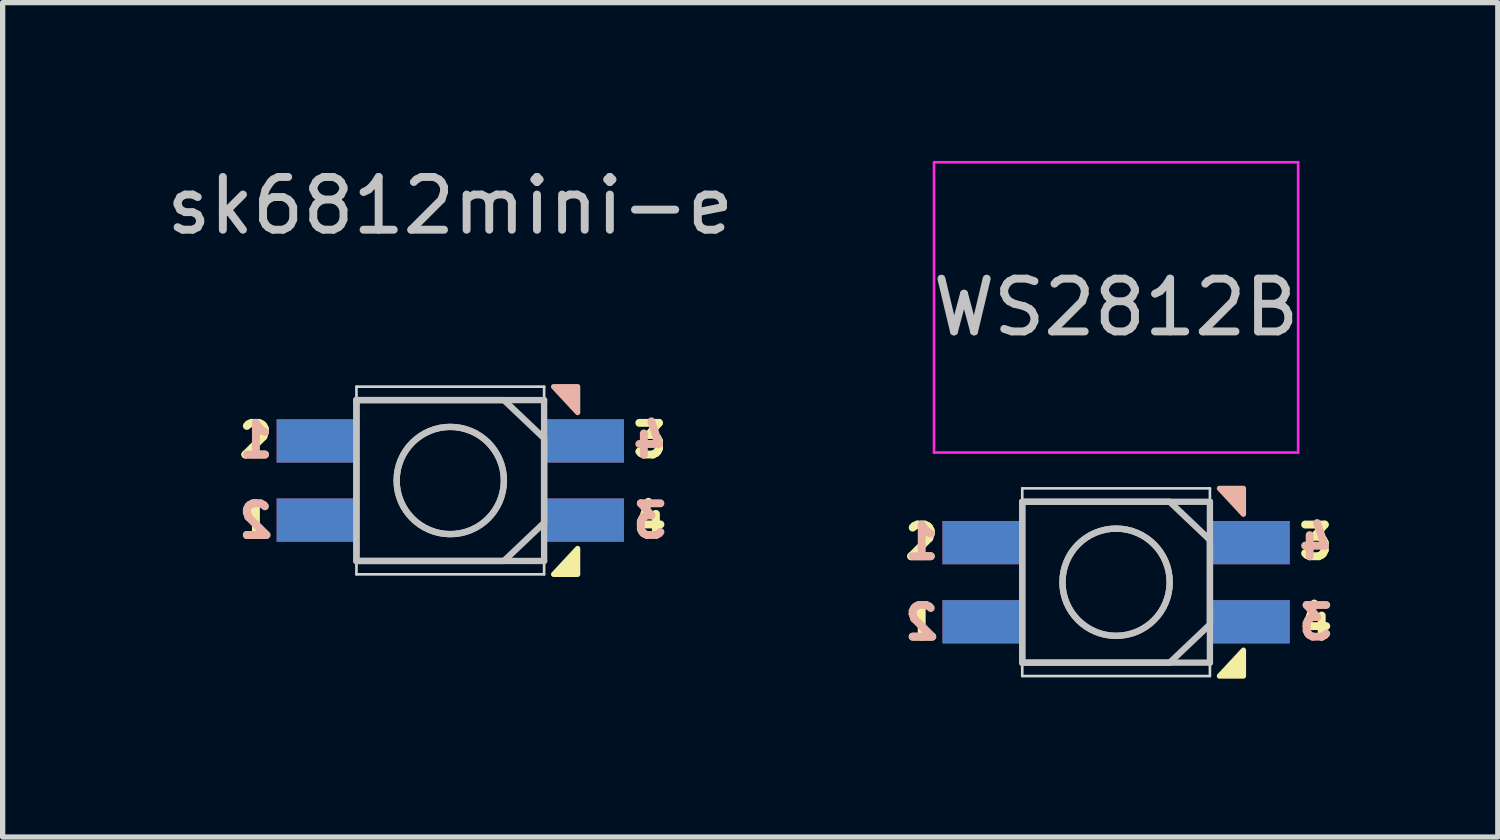
<source format=kicad_pcb>
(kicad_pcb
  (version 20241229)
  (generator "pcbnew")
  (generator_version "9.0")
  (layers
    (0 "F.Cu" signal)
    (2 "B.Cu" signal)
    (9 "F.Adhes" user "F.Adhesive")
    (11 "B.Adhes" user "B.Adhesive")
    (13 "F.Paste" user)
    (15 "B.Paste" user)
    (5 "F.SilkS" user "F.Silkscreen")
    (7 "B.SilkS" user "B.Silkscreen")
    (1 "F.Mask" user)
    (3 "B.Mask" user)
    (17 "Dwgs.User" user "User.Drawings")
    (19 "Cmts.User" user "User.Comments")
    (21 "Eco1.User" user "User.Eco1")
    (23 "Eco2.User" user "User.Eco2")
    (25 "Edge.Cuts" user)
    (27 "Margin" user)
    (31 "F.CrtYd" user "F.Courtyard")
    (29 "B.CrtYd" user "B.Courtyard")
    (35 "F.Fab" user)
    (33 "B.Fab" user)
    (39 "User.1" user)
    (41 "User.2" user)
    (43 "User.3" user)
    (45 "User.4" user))
  (footprint "sk6812mini-e"
    (layer "F.Cu")
    (at 5.482 0.848)
    (property "Reference" "sk6812mini-e" (at 0 0 0) (layer "Dwgs.User") (effects (font (size 1 1) (thickness 0.15))))
    (attr through_hole)
    (fp_poly (pts (xy 2.413 6.495) (xy 2.413 6.985) (xy 1.958 6.985)) (stroke (width 0.1) (type solid)) (fill yes) (layer "F.SilkS"))
    (fp_poly (pts (xy 2.413 3.919) (xy 2.413 3.429) (xy 1.958 3.429)) (stroke (width 0.1) (type solid)) (fill yes) (layer "B.SilkS"))
    (fp_line (start -1.778 3.683) (end -1.778 6.731) (stroke (width 0.12) (type solid)) (layer "Dwgs.User"))
    (fp_line (start -1.778 6.731) (end -1.778 3.683) (stroke (width 0.12) (type solid)) (layer "Dwgs.User"))
    (fp_line (start 1 3.683) (end -1.778 3.683) (stroke (width 0.12) (type solid)) (layer "Dwgs.User"))
    (fp_line (start 1 6.731) (end -1.778 6.731) (stroke (width 0.12) (type solid)) (layer "Dwgs.User"))
    (fp_line (start 1.016 3.683) (end 1.778 4.407) (stroke (width 0.12) (type solid)) (layer "Dwgs.User"))
    (fp_line (start 1.016 6.731) (end 1.778 6.007) (stroke (width 0.12) (type solid)) (layer "Dwgs.User"))
    (fp_line (start 1.778 3.683) (end -1.778 3.683) (stroke (width 0.12) (type solid)) (layer "Dwgs.User"))
    (fp_line (start 1.778 3.683) (end 1.778 6.007) (stroke (width 0.12) (type solid)) (layer "Dwgs.User"))
    (fp_line (start 1.778 6.731) (end -1.778 6.731) (stroke (width 0.12) (type solid)) (layer "Dwgs.User"))
    (fp_line (start 1.778 6.731) (end 1.778 4.407) (stroke (width 0.12) (type solid)) (layer "Dwgs.User"))
    (fp_circle (center 0 5.207) (end 1.016 5.207) (stroke (width 0.12) (type solid)) (fill no) (layer "Dwgs.User"))
    (fp_circle (center 0 5.207) (end 1.016 5.207) (stroke (width 0.12) (type solid)) (fill no) (layer "Dwgs.User"))
    (fp_line (start -1.778 3.429) (end -1.778 6.985) (stroke (width 0.05) (type solid)) (layer "Edge.Cuts"))
    (fp_line (start -1.778 3.429) (end 1.778 3.429) (stroke (width 0.05) (type solid)) (layer "Edge.Cuts"))
    (fp_line (start -1.778 6.985) (end 1.778 6.985) (stroke (width 0.05) (type solid)) (layer "Edge.Cuts"))
    (fp_line (start 1.778 6.985) (end 1.778 3.429) (stroke (width 0.05) (type solid)) (layer "Edge.Cuts"))
    (fp_text user "2" (at -3.683 4.445 180) (layer "F.SilkS") (effects (font (size 0.6 0.6) (thickness 0.15))))
    (fp_text user "4" (at 3.782 5.969 180) (layer "F.SilkS") (effects (font (size 0.6 0.6) (thickness 0.15))))
    (fp_text user "1" (at -3.683 5.969 180) (layer "F.SilkS") (effects (font (size 0.6 0.6) (thickness 0.15))))
    (fp_text user "3" (at 3.782 4.445 180) (layer "F.SilkS") (effects (font (size 0.6 0.6) (thickness 0.15))))
    (fp_text user "4" (at 3.782 4.445 180) (layer "B.SilkS") (effects (font (size 0.6 0.6) (thickness 0.15)) (justify mirror)))
    (fp_text user "2" (at -3.683 5.969 180) (layer "B.SilkS") (effects (font (size 0.6 0.6) (thickness 0.15)) (justify mirror)))
    (fp_text user "1" (at -3.683 4.445 180) (layer "B.SilkS") (effects (font (size 0.6 0.6) (thickness 0.15)) (justify mirror)))
    (fp_text user "3" (at 3.782 5.969 180) (layer "B.SilkS") (effects (font (size 0.6 0.6) (thickness 0.15)) (justify mirror)))
    (pad "1" smd rect (at -2.54 4.457) (size 1.5 0.82) (layers "B.Cu" "B.Mask" "B.Paste"))
    (pad "1" smd rect (at -2.54 5.957) (size 1.5 0.82) (layers "F.Cu" "F.Mask" "F.Paste"))
    (pad "2" smd trapezoid (at -2.54 4.457) (size 1.5 0.82) (layers "F.Cu" "F.Mask" "F.Paste"))
    (pad "2" smd trapezoid (at -2.54 5.957) (size 1.5 0.82) (layers "B.Cu" "B.Mask" "B.Paste"))
    (pad "3" smd rect (at 2.54 4.457) (size 1.5 0.82) (layers "F.Cu" "F.Mask" "F.Paste"))
    (pad "3" smd rect (at 2.54 5.957) (size 1.5 0.82) (layers "B.Cu" "B.Mask" "B.Paste"))
    (pad "4" smd rect (at 2.54 4.457) (size 1.5 0.82) (layers "B.Cu" "B.Mask" "B.Paste"))
    (pad "4" smd rect (at 2.54 5.957) (size 1.5 0.82) (layers "F.Cu" "F.Mask" "F.Paste")))
  (footprint "WS2812B"
    (layer "F.Cu")
    (at 18.098 2.775)
    (property "Reference" "WS2812B" (at 0 0 0) (layer "Dwgs.User") (effects (font (size 1 1) (thickness 0.15))))
    (attr through_hole)
    (fp_poly (pts (xy 2.413 6.495) (xy 2.413 6.985) (xy 1.958 6.985)) (stroke (width 0.1) (type solid)) (fill yes) (layer "F.SilkS"))
    (fp_poly (pts (xy 2.413 3.919) (xy 2.413 3.429) (xy 1.958 3.429)) (stroke (width 0.1) (type solid)) (fill yes) (layer "B.SilkS"))
    (fp_line (start -1.778 3.683) (end -1.778 6.731) (stroke (width 0.12) (type solid)) (layer "Dwgs.User"))
    (fp_line (start -1.778 6.731) (end -1.778 3.683) (stroke (width 0.12) (type solid)) (layer "Dwgs.User"))
    (fp_line (start 1 3.683) (end -1.778 3.683) (stroke (width 0.12) (type solid)) (layer "Dwgs.User"))
    (fp_line (start 1 6.731) (end -1.778 6.731) (stroke (width 0.12) (type solid)) (layer "Dwgs.User"))
    (fp_line (start 1.016 3.683) (end 1.778 4.407) (stroke (width 0.12) (type solid)) (layer "Dwgs.User"))
    (fp_line (start 1.016 6.731) (end 1.778 6.007) (stroke (width 0.12) (type solid)) (layer "Dwgs.User"))
    (fp_line (start 1.778 3.683) (end -1.778 3.683) (stroke (width 0.12) (type solid)) (layer "Dwgs.User"))
    (fp_line (start 1.778 3.683) (end 1.778 6.007) (stroke (width 0.12) (type solid)) (layer "Dwgs.User"))
    (fp_line (start 1.778 6.731) (end -1.778 6.731) (stroke (width 0.12) (type solid)) (layer "Dwgs.User"))
    (fp_line (start 1.778 6.731) (end 1.778 4.407) (stroke (width 0.12) (type solid)) (layer "Dwgs.User"))
    (fp_circle (center 0 5.207) (end 1.016 5.207) (stroke (width 0.12) (type solid)) (fill no) (layer "Dwgs.User"))
    (fp_circle (center 0 5.207) (end 1.016 5.207) (stroke (width 0.12) (type solid)) (fill no) (layer "Dwgs.User"))
    (fp_line (start -1.778 3.429) (end -1.778 6.985) (stroke (width 0.05) (type solid)) (layer "Edge.Cuts"))
    (fp_line (start -1.778 3.429) (end 1.778 3.429) (stroke (width 0.05) (type solid)) (layer "Edge.Cuts"))
    (fp_line (start -1.778 6.985) (end 1.778 6.985) (stroke (width 0.05) (type solid)) (layer "Edge.Cuts"))
    (fp_line (start 1.778 6.985) (end 1.778 3.429) (stroke (width 0.05) (type solid)) (layer "Edge.Cuts"))
    (fp_line (start -3.45 -2.75) (end -3.45 2.75) (stroke (width 0.05) (type solid)) (layer "F.CrtYd"))
    (fp_line (start -3.45 2.75) (end 3.45 2.75) (stroke (width 0.05) (type solid)) (layer "F.CrtYd"))
    (fp_line (start 3.45 -2.75) (end -3.45 -2.75) (stroke (width 0.05) (type solid)) (layer "F.CrtYd"))
    (fp_line (start 3.45 2.75) (end 3.45 -2.75) (stroke (width 0.05) (type solid)) (layer "F.CrtYd"))
    (fp_text user "2" (at -3.683 4.445 180) (layer "F.SilkS") (effects (font (size 0.6 0.6) (thickness 0.15))))
    (fp_text user "1" (at -3.683 5.969 180) (layer "F.SilkS") (effects (font (size 0.6 0.6) (thickness 0.15))))
    (fp_text user "4" (at 3.782 5.969 180) (layer "F.SilkS") (effects (font (size 0.6 0.6) (thickness 0.15))))
    (fp_text user "3" (at 3.782 4.445 180) (layer "F.SilkS") (effects (font (size 0.6 0.6) (thickness 0.15))))
    (fp_text user "1" (at -3.683 4.445 180) (layer "B.SilkS") (effects (font (size 0.6 0.6) (thickness 0.15)) (justify mirror)))
    (fp_text user "4" (at 3.782 4.445 180) (layer "B.SilkS") (effects (font (size 0.6 0.6) (thickness 0.15)) (justify mirror)))
    (fp_text user "3" (at 3.782 5.969 180) (layer "B.SilkS") (effects (font (size 0.6 0.6) (thickness 0.15)) (justify mirror)))
    (fp_text user "2" (at -3.683 5.969 180) (layer "B.SilkS") (effects (font (size 0.6 0.6) (thickness 0.15)) (justify mirror)))
    (pad "1" smd rect (at -2.54 4.457) (size 1.5 0.82) (layers "B.Cu" "B.Mask" "B.Paste"))
    (pad "1" smd rect (at -2.54 5.957) (size 1.5 0.82) (layers "F.Cu" "F.Mask" "F.Paste"))
    (pad "2" smd trapezoid (at -2.54 4.457) (size 1.5 0.82) (layers "F.Cu" "F.Mask" "F.Paste"))
    (pad "2" smd trapezoid (at -2.54 5.957) (size 1.5 0.82) (layers "B.Cu" "B.Mask" "B.Paste"))
    (pad "3" smd rect (at 2.54 4.457) (size 1.5 0.82) (layers "F.Cu" "F.Mask" "F.Paste"))
    (pad "3" smd rect (at 2.54 5.957) (size 1.5 0.82) (layers "B.Cu" "B.Mask" "B.Paste"))
    (pad "4" smd rect (at 2.54 4.457) (size 1.5 0.82) (layers "B.Cu" "B.Mask" "B.Paste"))
    (pad "4" smd rect (at 2.54 5.957) (size 1.5 0.82) (layers "F.Cu" "F.Mask" "F.Paste")))
  (gr_rect
    (start -3 -3)
    (end 25.331 12.81)
    (stroke (width 0.1) (type default))
    (fill no)
    (layer "Edge.Cuts")))
</source>
